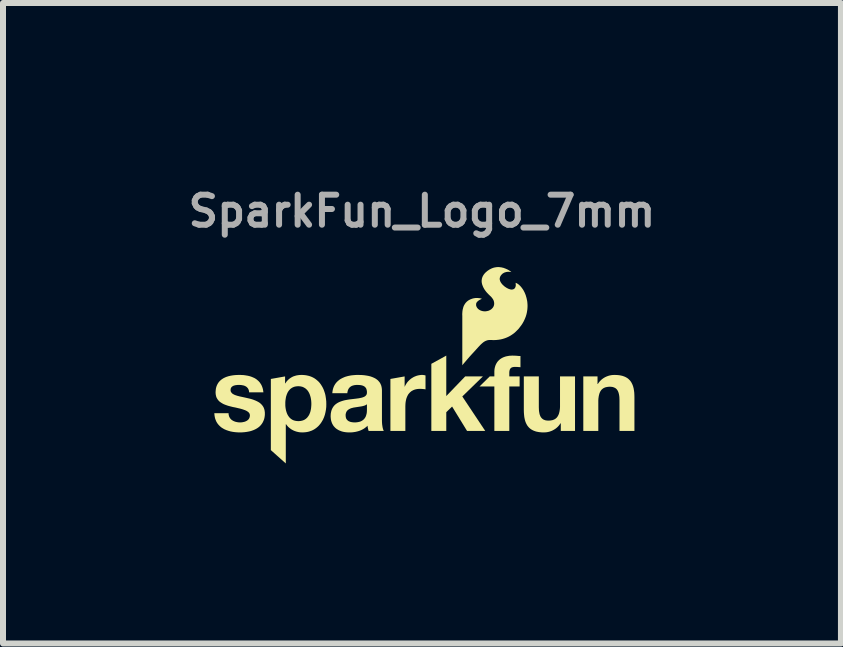
<source format=kicad_pcb>
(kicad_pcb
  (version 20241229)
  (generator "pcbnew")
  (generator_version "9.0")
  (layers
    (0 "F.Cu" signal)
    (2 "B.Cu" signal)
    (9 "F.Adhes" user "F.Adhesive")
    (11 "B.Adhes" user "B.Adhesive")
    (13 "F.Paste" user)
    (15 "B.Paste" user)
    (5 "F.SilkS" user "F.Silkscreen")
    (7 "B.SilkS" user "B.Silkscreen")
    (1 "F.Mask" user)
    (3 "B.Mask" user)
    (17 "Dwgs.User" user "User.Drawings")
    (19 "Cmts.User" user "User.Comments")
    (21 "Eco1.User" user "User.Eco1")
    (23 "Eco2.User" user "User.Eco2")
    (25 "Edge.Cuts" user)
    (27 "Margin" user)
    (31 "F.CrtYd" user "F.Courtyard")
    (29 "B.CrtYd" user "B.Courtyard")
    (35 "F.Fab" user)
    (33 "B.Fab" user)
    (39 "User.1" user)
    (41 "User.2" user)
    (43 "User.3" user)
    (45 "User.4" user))
  (footprint "SparkFun_Logo_7mm"
    (layer "F.Cu")
    (at 3.981 3.643)
    (property "Reference" "SparkFun_Logo_7mm" (at 0 -3.175 0) (layer "F.Fab") (effects (font (size 0.5 0.5) (thickness 0.1))))
    (attr board_only exclude_from_pos_files exclude_from_bom)
    (fp_poly (pts (xy 0.405 -0.094) (xy 0.72 -0.421) (xy 1.015 -0.421) (xy 0.672 -0.087) (xy 1.054 0.487) (xy 0.751 0.487) (xy 0.502 0.081) (xy 0.405 0.175) (xy 0.405 0.487) (xy 0.156 0.487) (xy 0.156 -0.631) (xy 0.405 -0.768)) (stroke (width 0) (type solid)) (fill yes) (layer "F.SilkS"))
    (fp_poly (pts (xy 0.008 -0.446) (xy 0.012 -0.446) (xy 0.015 -0.446) (xy 0.019 -0.445) (xy 0.026 -0.444) (xy 0.033 -0.443) (xy 0.039 -0.442) (xy 0.046 -0.441) (xy 0.053 -0.439) (xy 0.059 -0.437) (xy 0.059 -0.205) (xy 0.05 -0.207) (xy 0.04 -0.209) (xy 0.029 -0.21) (xy 0.017 -0.211) (xy 0.005 -0.212) (xy -0.007 -0.213) (xy -0.019 -0.214) (xy -0.03 -0.214) (xy -0.047 -0.214) (xy -0.064 -0.212) (xy -0.079 -0.211) (xy -0.094 -0.208) (xy -0.108 -0.205) (xy -0.122 -0.201) (xy -0.135 -0.196) (xy -0.147 -0.191) (xy -0.158 -0.185) (xy -0.169 -0.179) (xy -0.18 -0.172) (xy -0.189 -0.164) (xy -0.199 -0.156) (xy -0.207 -0.147) (xy -0.215 -0.138) (xy -0.223 -0.129) (xy -0.23 -0.119) (xy -0.236 -0.108) (xy -0.242 -0.097) (xy -0.247 -0.086) (xy -0.252 -0.074) (xy -0.257 -0.061) (xy -0.261 -0.049) (xy -0.264 -0.036) (xy -0.267 -0.023) (xy -0.27 -0.009) (xy -0.274 0.019) (xy -0.276 0.048) (xy -0.277 0.078) (xy -0.277 0.487) (xy -0.526 0.487) (xy -0.526 -0.379) (xy -0.289 -0.421) (xy -0.289 -0.253) (xy -0.285 -0.253) (xy -0.281 -0.263) (xy -0.276 -0.274) (xy -0.27 -0.284) (xy -0.264 -0.294) (xy -0.258 -0.303) (xy -0.252 -0.313) (xy -0.245 -0.322) (xy -0.238 -0.331) (xy -0.23 -0.34) (xy -0.222 -0.348) (xy -0.214 -0.356) (xy -0.206 -0.364) (xy -0.197 -0.371) (xy -0.188 -0.379) (xy -0.179 -0.386) (xy -0.169 -0.392) (xy -0.16 -0.398) (xy -0.15 -0.404) (xy -0.14 -0.41) (xy -0.129 -0.415) (xy -0.119 -0.42) (xy -0.108 -0.424) (xy -0.098 -0.428) (xy -0.087 -0.432) (xy -0.076 -0.435) (xy -0.064 -0.438) (xy -0.053 -0.44) (xy -0.042 -0.442) (xy -0.03 -0.444) (xy -0.019 -0.445) (xy -0.007 -0.446) (xy 0.005 -0.446)) (stroke (width 0) (type solid)) (fill yes) (layer "F.SilkS"))
    (fp_poly (pts (xy 1.526 -0.767) (xy 1.543 -0.767) (xy 1.56 -0.766) (xy 1.576 -0.765) (xy 1.609 -0.762) (xy 1.625 -0.761) (xy 1.641 -0.761) (xy 1.641 -0.574) (xy 1.63 -0.575) (xy 1.619 -0.577) (xy 1.607 -0.577) (xy 1.596 -0.578) (xy 1.584 -0.579) (xy 1.573 -0.579) (xy 1.561 -0.579) (xy 1.55 -0.58) (xy 1.538 -0.579) (xy 1.532 -0.579) (xy 1.526 -0.578) (xy 1.521 -0.577) (xy 1.516 -0.576) (xy 1.511 -0.575) (xy 1.506 -0.574) (xy 1.502 -0.572) (xy 1.498 -0.571) (xy 1.494 -0.569) (xy 1.49 -0.567) (xy 1.486 -0.564) (xy 1.483 -0.562) (xy 1.48 -0.559) (xy 1.477 -0.556) (xy 1.474 -0.553) (xy 1.472 -0.549) (xy 1.469 -0.546) (xy 1.467 -0.542) (xy 1.465 -0.538) (xy 1.463 -0.533) (xy 1.462 -0.529) (xy 1.46 -0.524) (xy 1.459 -0.519) (xy 1.458 -0.513) (xy 1.457 -0.508) (xy 1.456 -0.502) (xy 1.455 -0.489) (xy 1.455 -0.476) (xy 1.455 -0.421) (xy 1.627 -0.421) (xy 1.627 -0.254) (xy 1.455 -0.254) (xy 1.455 0.487) (xy 1.206 0.487) (xy 1.206 -0.254) (xy 0.959 -0.254) (xy 1.129 -0.421) (xy 1.206 -0.421) (xy 1.206 -0.491) (xy 1.206 -0.507) (xy 1.207 -0.521) (xy 1.208 -0.536) (xy 1.21 -0.55) (xy 1.213 -0.564) (xy 1.216 -0.577) (xy 1.22 -0.59) (xy 1.224 -0.603) (xy 1.229 -0.615) (xy 1.235 -0.627) (xy 1.241 -0.639) (xy 1.248 -0.65) (xy 1.255 -0.661) (xy 1.263 -0.671) (xy 1.272 -0.681) (xy 1.281 -0.69) (xy 1.291 -0.699) (xy 1.301 -0.708) (xy 1.312 -0.715) (xy 1.324 -0.723) (xy 1.336 -0.73) (xy 1.349 -0.736) (xy 1.362 -0.742) (xy 1.376 -0.747) (xy 1.391 -0.752) (xy 1.406 -0.756) (xy 1.422 -0.759) (xy 1.438 -0.762) (xy 1.455 -0.765) (xy 1.473 -0.766) (xy 1.491 -0.767) (xy 1.51 -0.768)) (stroke (width 0) (type solid)) (fill yes) (layer "F.SilkS"))
    (fp_poly (pts (xy 1.947 0.092) (xy 1.948 0.119) (xy 1.949 0.144) (xy 1.952 0.168) (xy 1.956 0.19) (xy 1.96 0.21) (xy 1.967 0.228) (xy 1.97 0.237) (xy 1.974 0.245) (xy 1.978 0.252) (xy 1.983 0.26) (xy 1.988 0.266) (xy 1.993 0.273) (xy 1.999 0.278) (xy 2.005 0.284) (xy 2.011 0.289) (xy 2.018 0.293) (xy 2.025 0.298) (xy 2.032 0.301) (xy 2.04 0.304) (xy 2.048 0.307) (xy 2.057 0.31) (xy 2.066 0.312) (xy 2.076 0.313) (xy 2.086 0.314) (xy 2.096 0.315) (xy 2.107 0.315) (xy 2.119 0.315) (xy 2.131 0.314) (xy 2.143 0.313) (xy 2.154 0.311) (xy 2.165 0.309) (xy 2.175 0.307) (xy 2.185 0.304) (xy 2.194 0.3) (xy 2.203 0.296) (xy 2.212 0.292) (xy 2.22 0.287) (xy 2.228 0.281) (xy 2.235 0.275) (xy 2.242 0.269) (xy 2.248 0.262) (xy 2.254 0.254) (xy 2.26 0.246) (xy 2.265 0.237) (xy 2.27 0.228) (xy 2.275 0.218) (xy 2.279 0.208) (xy 2.283 0.197) (xy 2.286 0.186) (xy 2.289 0.173) (xy 2.292 0.161) (xy 2.294 0.147) (xy 2.296 0.134) (xy 2.298 0.119) (xy 2.299 0.104) (xy 2.3 0.088) (xy 2.3 0.055) (xy 2.3 -0.421) (xy 2.55 -0.421) (xy 2.55 0.487) (xy 2.313 0.487) (xy 2.313 0.361) (xy 2.307 0.361) (xy 2.301 0.37) (xy 2.295 0.38) (xy 2.288 0.388) (xy 2.282 0.397) (xy 2.275 0.405) (xy 2.267 0.413) (xy 2.26 0.421) (xy 2.252 0.428) (xy 2.244 0.435) (xy 2.236 0.442) (xy 2.228 0.448) (xy 2.219 0.454) (xy 2.202 0.465) (xy 2.184 0.475) (xy 2.166 0.484) (xy 2.147 0.491) (xy 2.128 0.498) (xy 2.109 0.503) (xy 2.089 0.507) (xy 2.069 0.51) (xy 2.049 0.511) (xy 2.03 0.512) (xy 2.005 0.512) (xy 1.982 0.51) (xy 1.96 0.508) (xy 1.939 0.505) (xy 1.919 0.501) (xy 1.9 0.497) (xy 1.883 0.491) (xy 1.866 0.485) (xy 1.85 0.478) (xy 1.835 0.47) (xy 1.821 0.462) (xy 1.808 0.453) (xy 1.796 0.443) (xy 1.784 0.432) (xy 1.774 0.421) (xy 1.764 0.409) (xy 1.755 0.397) (xy 1.747 0.383) (xy 1.739 0.369) (xy 1.733 0.355) (xy 1.726 0.34) (xy 1.721 0.324) (xy 1.716 0.308) (xy 1.712 0.291) (xy 1.705 0.256) (xy 1.701 0.218) (xy 1.698 0.179) (xy 1.697 0.138) (xy 1.697 -0.421) (xy 1.947 -0.421)) (stroke (width 0) (type solid)) (fill yes) (layer "F.SilkS"))
    (fp_poly (pts (xy 3.232 -0.445) (xy 3.256 -0.444) (xy 3.278 -0.442) (xy 3.299 -0.439) (xy 3.318 -0.435) (xy 3.337 -0.431) (xy 3.355 -0.425) (xy 3.372 -0.419) (xy 3.388 -0.412) (xy 3.403 -0.404) (xy 3.417 -0.396) (xy 3.43 -0.387) (xy 3.442 -0.377) (xy 3.453 -0.366) (xy 3.464 -0.355) (xy 3.474 -0.343) (xy 3.483 -0.33) (xy 3.491 -0.317) (xy 3.498 -0.303) (xy 3.505 -0.289) (xy 3.511 -0.274) (xy 3.517 -0.258) (xy 3.521 -0.242) (xy 3.526 -0.225) (xy 3.532 -0.19) (xy 3.537 -0.152) (xy 3.539 -0.113) (xy 3.54 -0.072) (xy 3.54 0.487) (xy 3.291 0.487) (xy 3.291 -0.026) (xy 3.29 -0.053) (xy 3.289 -0.078) (xy 3.286 -0.102) (xy 3.282 -0.124) (xy 3.277 -0.144) (xy 3.271 -0.162) (xy 3.267 -0.171) (xy 3.264 -0.179) (xy 3.259 -0.186) (xy 3.255 -0.193) (xy 3.25 -0.2) (xy 3.245 -0.207) (xy 3.239 -0.212) (xy 3.233 -0.218) (xy 3.227 -0.223) (xy 3.22 -0.227) (xy 3.213 -0.231) (xy 3.205 -0.235) (xy 3.197 -0.238) (xy 3.189 -0.241) (xy 3.18 -0.244) (xy 3.171 -0.246) (xy 3.162 -0.247) (xy 3.152 -0.248) (xy 3.141 -0.249) (xy 3.131 -0.249) (xy 3.118 -0.249) (xy 3.106 -0.248) (xy 3.095 -0.247) (xy 3.084 -0.245) (xy 3.073 -0.243) (xy 3.063 -0.241) (xy 3.053 -0.238) (xy 3.043 -0.234) (xy 3.034 -0.23) (xy 3.026 -0.226) (xy 3.018 -0.221) (xy 3.01 -0.215) (xy 3.003 -0.209) (xy 2.996 -0.203) (xy 2.989 -0.196) (xy 2.983 -0.188) (xy 2.978 -0.18) (xy 2.972 -0.171) (xy 2.967 -0.162) (xy 2.963 -0.152) (xy 2.959 -0.142) (xy 2.955 -0.131) (xy 2.952 -0.119) (xy 2.949 -0.107) (xy 2.946 -0.095) (xy 2.944 -0.081) (xy 2.942 -0.067) (xy 2.94 -0.053) (xy 2.939 -0.038) (xy 2.938 -0.022) (xy 2.938 0.011) (xy 2.938 0.487) (xy 2.688 0.487) (xy 2.688 -0.421) (xy 2.925 -0.421) (xy 2.925 -0.295) (xy 2.93 -0.295) (xy 2.936 -0.304) (xy 2.943 -0.314) (xy 2.949 -0.322) (xy 2.956 -0.331) (xy 2.963 -0.339) (xy 2.97 -0.347) (xy 2.978 -0.355) (xy 2.986 -0.362) (xy 2.993 -0.369) (xy 3.001 -0.376) (xy 3.01 -0.382) (xy 3.018 -0.388) (xy 3.035 -0.399) (xy 3.053 -0.409) (xy 3.072 -0.418) (xy 3.09 -0.425) (xy 3.11 -0.432) (xy 3.129 -0.437) (xy 3.149 -0.441) (xy 3.168 -0.444) (xy 3.188 -0.445) (xy 3.208 -0.446)) (stroke (width 0) (type solid)) (fill yes) (layer "F.SilkS"))
    (fp_poly (pts (xy -1.98 -0.445) (xy -1.955 -0.443) (xy -1.931 -0.44) (xy -1.907 -0.435) (xy -1.885 -0.43) (xy -1.863 -0.423) (xy -1.842 -0.415) (xy -1.822 -0.406) (xy -1.803 -0.396) (xy -1.785 -0.385) (xy -1.767 -0.372) (xy -1.751 -0.359) (xy -1.735 -0.345) (xy -1.72 -0.331) (xy -1.706 -0.315) (xy -1.693 -0.298) (xy -1.681 -0.281) (xy -1.67 -0.263) (xy -1.659 -0.245) (xy -1.649 -0.225) (xy -1.64 -0.206) (xy -1.632 -0.185) (xy -1.625 -0.164) (xy -1.618 -0.143) (xy -1.612 -0.121) (xy -1.607 -0.098) (xy -1.6 -0.052) (xy -1.595 -0.005) (xy -1.594 0.043) (xy -1.595 0.088) (xy -1.6 0.133) (xy -1.608 0.176) (xy -1.618 0.218) (xy -1.632 0.259) (xy -1.649 0.298) (xy -1.659 0.316) (xy -1.67 0.334) (xy -1.681 0.352) (xy -1.693 0.368) (xy -1.706 0.384) (xy -1.719 0.399) (xy -1.734 0.414) (xy -1.749 0.427) (xy -1.765 0.44) (xy -1.782 0.452) (xy -1.799 0.463) (xy -1.818 0.473) (xy -1.837 0.482) (xy -1.857 0.489) (xy -1.877 0.496) (xy -1.899 0.502) (xy -1.921 0.506) (xy -1.944 0.509) (xy -1.968 0.511) (xy -1.993 0.512) (xy -2.013 0.511) (xy -2.034 0.51) (xy -2.054 0.507) (xy -2.073 0.503) (xy -2.093 0.498) (xy -2.111 0.492) (xy -2.13 0.485) (xy -2.147 0.477) (xy -2.164 0.468) (xy -2.181 0.458) (xy -2.197 0.446) (xy -2.212 0.434) (xy -2.227 0.421) (xy -2.24 0.407) (xy -2.253 0.391) (xy -2.265 0.375) (xy -2.269 0.375) (xy -2.269 1.029) (xy -2.518 0.807) (xy -2.518 0.036) (xy -2.277 0.036) (xy -2.277 0.063) (xy -2.275 0.09) (xy -2.271 0.117) (xy -2.266 0.143) (xy -2.259 0.168) (xy -2.251 0.192) (xy -2.241 0.214) (xy -2.235 0.225) (xy -2.229 0.235) (xy -2.222 0.245) (xy -2.215 0.254) (xy -2.208 0.263) (xy -2.199 0.272) (xy -2.191 0.279) (xy -2.182 0.287) (xy -2.172 0.293) (xy -2.162 0.3) (xy -2.151 0.305) (xy -2.14 0.31) (xy -2.128 0.314) (xy -2.115 0.317) (xy -2.102 0.32) (xy -2.089 0.322) (xy -2.074 0.323) (xy -2.059 0.324) (xy -2.044 0.323) (xy -2.03 0.322) (xy -2.016 0.32) (xy -2.003 0.317) (xy -1.991 0.314) (xy -1.979 0.31) (xy -1.967 0.305) (xy -1.957 0.3) (xy -1.946 0.293) (xy -1.937 0.287) (xy -1.928 0.279) (xy -1.919 0.272) (xy -1.911 0.263) (xy -1.904 0.254) (xy -1.897 0.245) (xy -1.89 0.235) (xy -1.884 0.225) (xy -1.878 0.214) (xy -1.873 0.203) (xy -1.869 0.192) (xy -1.864 0.18) (xy -1.86 0.168) (xy -1.857 0.156) (xy -1.854 0.143) (xy -1.849 0.117) (xy -1.846 0.09) (xy -1.844 0.063) (xy -1.843 0.036) (xy -1.844 0.008) (xy -1.846 -0.019) (xy -1.85 -0.046) (xy -1.855 -0.072) (xy -1.862 -0.097) (xy -1.87 -0.121) (xy -1.88 -0.144) (xy -1.886 -0.155) (xy -1.892 -0.166) (xy -1.899 -0.176) (xy -1.906 -0.186) (xy -1.914 -0.195) (xy -1.922 -0.203) (xy -1.931 -0.212) (xy -1.94 -0.219) (xy -1.949 -0.226) (xy -1.96 -0.232) (xy -1.97 -0.238) (xy -1.982 -0.243) (xy -1.993 -0.248) (xy -2.006 -0.251) (xy -2.019 -0.254) (xy -2.032 -0.256) (xy -2.046 -0.257) (xy -2.061 -0.258) (xy -2.076 -0.257) (xy -2.09 -0.256) (xy -2.104 -0.254) (xy -2.117 -0.251) (xy -2.13 -0.248) (xy -2.142 -0.243) (xy -2.153 -0.238) (xy -2.164 -0.233) (xy -2.174 -0.226) (xy -2.184 -0.219) (xy -2.193 -0.212) (xy -2.201 -0.204) (xy -2.209 -0.195) (xy -2.217 -0.186) (xy -2.224 -0.176) (xy -2.231 -0.166) (xy -2.237 -0.156) (xy -2.242 -0.145) (xy -2.247 -0.134) (xy -2.252 -0.122) (xy -2.256 -0.11) (xy -2.26 -0.098) (xy -2.264 -0.085) (xy -2.267 -0.072) (xy -2.271 -0.046) (xy -2.275 -0.019) (xy -2.277 0.008) (xy -2.277 0.036) (xy -2.518 0.036) (xy -2.518 -0.379) (xy -2.281 -0.421) (xy -2.281 -0.305) (xy -2.277 -0.305) (xy -2.271 -0.314) (xy -2.265 -0.323) (xy -2.259 -0.332) (xy -2.253 -0.34) (xy -2.246 -0.347) (xy -2.239 -0.355) (xy -2.232 -0.362) (xy -2.225 -0.369) (xy -2.217 -0.375) (xy -2.21 -0.382) (xy -2.202 -0.387) (xy -2.194 -0.393) (xy -2.186 -0.398) (xy -2.178 -0.403) (xy -2.17 -0.408) (xy -2.161 -0.413) (xy -2.152 -0.417) (xy -2.144 -0.421) (xy -2.126 -0.427) (xy -2.107 -0.433) (xy -2.088 -0.438) (xy -2.068 -0.441) (xy -2.048 -0.444) (xy -2.028 -0.445) (xy -2.007 -0.446)) (stroke (width 0) (type solid)) (fill yes) (layer "F.SilkS"))
    (fp_poly (pts (xy -1.032 -0.445) (xy -0.997 -0.444) (xy -0.963 -0.441) (xy -0.928 -0.436) (xy -0.894 -0.43) (xy -0.861 -0.422) (xy -0.829 -0.411) (xy -0.799 -0.398) (xy -0.785 -0.391) (xy -0.771 -0.383) (xy -0.758 -0.374) (xy -0.746 -0.365) (xy -0.734 -0.355) (xy -0.724 -0.344) (xy -0.714 -0.332) (xy -0.704 -0.32) (xy -0.696 -0.307) (xy -0.689 -0.292) (xy -0.682 -0.277) (xy -0.677 -0.261) (xy -0.673 -0.244) (xy -0.67 -0.226) (xy -0.668 -0.208) (xy -0.667 -0.188) (xy -0.667 0.285) (xy -0.667 0.316) (xy -0.666 0.347) (xy -0.664 0.376) (xy -0.66 0.404) (xy -0.658 0.417) (xy -0.656 0.429) (xy -0.653 0.441) (xy -0.65 0.452) (xy -0.647 0.462) (xy -0.644 0.472) (xy -0.64 0.48) (xy -0.636 0.487) (xy -0.889 0.487) (xy -0.892 0.477) (xy -0.895 0.466) (xy -0.898 0.455) (xy -0.9 0.444) (xy -0.903 0.433) (xy -0.904 0.422) (xy -0.906 0.411) (xy -0.907 0.4) (xy -0.922 0.415) (xy -0.938 0.428) (xy -0.955 0.441) (xy -0.972 0.452) (xy -0.99 0.462) (xy -1.008 0.471) (xy -1.028 0.48) (xy -1.047 0.487) (xy -1.067 0.493) (xy -1.087 0.498) (xy -1.108 0.503) (xy -1.128 0.506) (xy -1.149 0.509) (xy -1.17 0.511) (xy -1.191 0.512) (xy -1.213 0.512) (xy -1.245 0.511) (xy -1.276 0.508) (xy -1.306 0.503) (xy -1.334 0.496) (xy -1.348 0.491) (xy -1.361 0.486) (xy -1.374 0.481) (xy -1.387 0.475) (xy -1.399 0.468) (xy -1.411 0.461) (xy -1.422 0.454) (xy -1.432 0.446) (xy -1.443 0.437) (xy -1.452 0.428) (xy -1.461 0.418) (xy -1.47 0.408) (xy -1.478 0.397) (xy -1.485 0.385) (xy -1.492 0.373) (xy -1.498 0.361) (xy -1.503 0.348) (xy -1.508 0.334) (xy -1.512 0.32) (xy -1.516 0.305) (xy -1.518 0.289) (xy -1.52 0.273) (xy -1.521 0.257) (xy -1.522 0.239) (xy -1.521 0.229) (xy -1.272 0.229) (xy -1.272 0.237) (xy -1.271 0.245) (xy -1.27 0.253) (xy -1.269 0.26) (xy -1.267 0.267) (xy -1.265 0.274) (xy -1.263 0.28) (xy -1.26 0.286) (xy -1.257 0.291) (xy -1.253 0.296) (xy -1.249 0.301) (xy -1.245 0.306) (xy -1.241 0.31) (xy -1.236 0.314) (xy -1.231 0.318) (xy -1.226 0.321) (xy -1.221 0.325) (xy -1.215 0.327) (xy -1.209 0.33) (xy -1.203 0.332) (xy -1.197 0.335) (xy -1.191 0.337) (xy -1.184 0.338) (xy -1.177 0.34) (xy -1.163 0.342) (xy -1.149 0.344) (xy -1.134 0.345) (xy -1.119 0.345) (xy -1.101 0.345) (xy -1.085 0.343) (xy -1.069 0.341) (xy -1.055 0.338) (xy -1.041 0.335) (xy -1.028 0.331) (xy -1.016 0.326) (xy -1.005 0.32) (xy -0.995 0.314) (xy -0.986 0.308) (xy -0.977 0.301) (xy -0.97 0.294) (xy -0.962 0.286) (xy -0.956 0.278) (xy -0.95 0.27) (xy -0.945 0.262) (xy -0.94 0.253) (xy -0.936 0.244) (xy -0.933 0.236) (xy -0.93 0.227) (xy -0.925 0.209) (xy -0.921 0.192) (xy -0.919 0.176) (xy -0.918 0.161) (xy -0.917 0.136) (xy -0.917 0.043) (xy -0.921 0.046) (xy -0.926 0.049) (xy -0.93 0.052) (xy -0.935 0.055) (xy -0.945 0.06) (xy -0.957 0.065) (xy -0.968 0.068) (xy -0.981 0.072) (xy -0.994 0.075) (xy -1.008 0.078) (xy -1.125 0.096) (xy -1.139 0.098) (xy -1.153 0.102) (xy -1.167 0.105) (xy -1.18 0.109) (xy -1.193 0.114) (xy -1.205 0.12) (xy -1.217 0.126) (xy -1.222 0.13) (xy -1.227 0.133) (xy -1.232 0.137) (xy -1.237 0.141) (xy -1.242 0.146) (xy -1.246 0.15) (xy -1.25 0.155) (xy -1.254 0.16) (xy -1.257 0.166) (xy -1.26 0.172) (xy -1.263 0.178) (xy -1.265 0.184) (xy -1.267 0.191) (xy -1.269 0.198) (xy -1.271 0.205) (xy -1.272 0.213) (xy -1.272 0.221) (xy -1.272 0.229) (xy -1.521 0.229) (xy -1.52 0.203) (xy -1.514 0.169) (xy -1.506 0.139) (xy -1.494 0.112) (xy -1.48 0.088) (xy -1.464 0.067) (xy -1.445 0.048) (xy -1.424 0.032) (xy -1.402 0.018) (xy -1.378 0.006) (xy -1.353 -0.004) (xy -1.326 -0.013) (xy -1.299 -0.021) (xy -1.271 -0.027) (xy -1.214 -0.037) (xy -1.103 -0.05) (xy -1.052 -0.057) (xy -1.007 -0.066) (xy -0.987 -0.072) (xy -0.969 -0.079) (xy -0.953 -0.087) (xy -0.94 -0.097) (xy -0.93 -0.109) (xy -0.922 -0.122) (xy -0.918 -0.138) (xy -0.917 -0.156) (xy -0.917 -0.165) (xy -0.918 -0.175) (xy -0.919 -0.183) (xy -0.921 -0.191) (xy -0.922 -0.199) (xy -0.925 -0.206) (xy -0.927 -0.213) (xy -0.93 -0.22) (xy -0.933 -0.226) (xy -0.937 -0.231) (xy -0.941 -0.236) (xy -0.945 -0.241) (xy -0.95 -0.246) (xy -0.955 -0.25) (xy -0.96 -0.254) (xy -0.965 -0.257) (xy -0.971 -0.26) (xy -0.977 -0.263) (xy -0.983 -0.266) (xy -0.989 -0.268) (xy -0.996 -0.27) (xy -1.002 -0.272) (xy -1.009 -0.273) (xy -1.017 -0.275) (xy -1.031 -0.277) (xy -1.047 -0.278) (xy -1.063 -0.279) (xy -1.079 -0.279) (xy -1.097 -0.279) (xy -1.113 -0.277) (xy -1.129 -0.275) (xy -1.144 -0.271) (xy -1.151 -0.269) (xy -1.158 -0.267) (xy -1.165 -0.264) (xy -1.171 -0.262) (xy -1.177 -0.258) (xy -1.183 -0.255) (xy -1.189 -0.251) (xy -1.194 -0.247) (xy -1.2 -0.243) (xy -1.204 -0.238) (xy -1.209 -0.234) (xy -1.213 -0.228) (xy -1.218 -0.223) (xy -1.221 -0.217) (xy -1.225 -0.211) (xy -1.228 -0.205) (xy -1.231 -0.198) (xy -1.234 -0.191) (xy -1.236 -0.184) (xy -1.238 -0.176) (xy -1.24 -0.168) (xy -1.242 -0.16) (xy -1.243 -0.151) (xy -1.244 -0.142) (xy -1.494 -0.142) (xy -1.492 -0.163) (xy -1.489 -0.183) (xy -1.485 -0.203) (xy -1.48 -0.221) (xy -1.474 -0.239) (xy -1.467 -0.256) (xy -1.459 -0.272) (xy -1.45 -0.287) (xy -1.44 -0.302) (xy -1.43 -0.315) (xy -1.418 -0.328) (xy -1.406 -0.34) (xy -1.393 -0.351) (xy -1.38 -0.362) (xy -1.366 -0.372) (xy -1.351 -0.381) (xy -1.336 -0.389) (xy -1.32 -0.397) (xy -1.304 -0.404) (xy -1.288 -0.411) (xy -1.271 -0.417) (xy -1.253 -0.422) (xy -1.235 -0.427) (xy -1.217 -0.431) (xy -1.181 -0.438) (xy -1.143 -0.442) (xy -1.105 -0.445) (xy -1.067 -0.446)) (stroke (width 0) (type solid)) (fill yes) (layer "F.SilkS"))
    (fp_poly (pts (xy -3.007 -0.445) (xy -2.97 -0.443) (xy -2.935 -0.438) (xy -2.9 -0.432) (xy -2.867 -0.424) (xy -2.835 -0.413) (xy -2.805 -0.4) (xy -2.79 -0.393) (xy -2.776 -0.385) (xy -2.763 -0.376) (xy -2.75 -0.367) (xy -2.738 -0.356) (xy -2.726 -0.346) (xy -2.715 -0.334) (xy -2.704 -0.322) (xy -2.695 -0.309) (xy -2.686 -0.295) (xy -2.677 -0.281) (xy -2.67 -0.266) (xy -2.663 -0.249) (xy -2.657 -0.232) (xy -2.652 -0.215) (xy -2.648 -0.196) (xy -2.645 -0.176) (xy -2.642 -0.156) (xy -2.88 -0.156) (xy -2.881 -0.165) (xy -2.882 -0.173) (xy -2.883 -0.181) (xy -2.885 -0.189) (xy -2.888 -0.196) (xy -2.89 -0.203) (xy -2.893 -0.21) (xy -2.897 -0.216) (xy -2.9 -0.222) (xy -2.904 -0.227) (xy -2.909 -0.232) (xy -2.913 -0.237) (xy -2.918 -0.242) (xy -2.923 -0.246) (xy -2.928 -0.25) (xy -2.934 -0.254) (xy -2.94 -0.257) (xy -2.946 -0.26) (xy -2.952 -0.263) (xy -2.959 -0.266) (xy -2.966 -0.268) (xy -2.972 -0.27) (xy -2.98 -0.272) (xy -2.987 -0.273) (xy -3.002 -0.276) (xy -3.018 -0.278) (xy -3.034 -0.279) (xy -3.05 -0.279) (xy -3.061 -0.279) (xy -3.072 -0.279) (xy -3.084 -0.278) (xy -3.096 -0.276) (xy -3.107 -0.275) (xy -3.119 -0.272) (xy -3.13 -0.269) (xy -3.141 -0.265) (xy -3.146 -0.263) (xy -3.151 -0.26) (xy -3.156 -0.257) (xy -3.16 -0.254) (xy -3.164 -0.251) (xy -3.168 -0.248) (xy -3.172 -0.244) (xy -3.175 -0.24) (xy -3.179 -0.235) (xy -3.181 -0.23) (xy -3.184 -0.225) (xy -3.186 -0.22) (xy -3.187 -0.214) (xy -3.188 -0.208) (xy -3.189 -0.201) (xy -3.189 -0.194) (xy -3.189 -0.186) (xy -3.188 -0.179) (xy -3.186 -0.171) (xy -3.183 -0.164) (xy -3.179 -0.158) (xy -3.175 -0.152) (xy -3.17 -0.146) (xy -3.165 -0.14) (xy -3.159 -0.135) (xy -3.152 -0.13) (xy -3.145 -0.126) (xy -3.137 -0.121) (xy -3.128 -0.117) (xy -3.12 -0.113) (xy -3.11 -0.109) (xy -3.1 -0.106) (xy -3.08 -0.099) (xy -3.057 -0.093) (xy -3.034 -0.087) (xy -3.01 -0.082) (xy -2.959 -0.071) (xy -2.932 -0.065) (xy -2.906 -0.059) (xy -2.879 -0.053) (xy -2.852 -0.046) (xy -2.825 -0.038) (xy -2.8 -0.029) (xy -2.775 -0.019) (xy -2.751 -0.008) (xy -2.728 0.004) (xy -2.707 0.017) (xy -2.697 0.025) (xy -2.688 0.033) (xy -2.679 0.041) (xy -2.671 0.05) (xy -2.663 0.059) (xy -2.655 0.069) (xy -2.649 0.079) (xy -2.642 0.089) (xy -2.637 0.101) (xy -2.632 0.112) (xy -2.628 0.125) (xy -2.624 0.138) (xy -2.622 0.151) (xy -2.62 0.165) (xy -2.618 0.18) (xy -2.618 0.196) (xy -2.618 0.218) (xy -2.62 0.239) (xy -2.623 0.259) (xy -2.627 0.278) (xy -2.632 0.296) (xy -2.639 0.314) (xy -2.646 0.33) (xy -2.654 0.346) (xy -2.663 0.361) (xy -2.673 0.375) (xy -2.683 0.388) (xy -2.695 0.401) (xy -2.707 0.413) (xy -2.72 0.424) (xy -2.734 0.434) (xy -2.748 0.444) (xy -2.763 0.452) (xy -2.779 0.461) (xy -2.795 0.468) (xy -2.811 0.475) (xy -2.828 0.481) (xy -2.845 0.487) (xy -2.863 0.492) (xy -2.881 0.496) (xy -2.918 0.503) (xy -2.956 0.508) (xy -2.994 0.511) (xy -3.033 0.512) (xy -3.072 0.511) (xy -3.111 0.508) (xy -3.15 0.503) (xy -3.187 0.496) (xy -3.223 0.486) (xy -3.258 0.474) (xy -3.291 0.46) (xy -3.307 0.451) (xy -3.322 0.442) (xy -3.337 0.433) (xy -3.351 0.422) (xy -3.364 0.411) (xy -3.376 0.399) (xy -3.388 0.387) (xy -3.399 0.373) (xy -3.41 0.359) (xy -3.419 0.344) (xy -3.428 0.328) (xy -3.435 0.311) (xy -3.442 0.293) (xy -3.448 0.275) (xy -3.452 0.256) (xy -3.456 0.235) (xy -3.458 0.214) (xy -3.46 0.192) (xy -3.223 0.192) (xy -3.222 0.202) (xy -3.222 0.211) (xy -3.22 0.221) (xy -3.218 0.229) (xy -3.216 0.238) (xy -3.213 0.246) (xy -3.21 0.254) (xy -3.206 0.261) (xy -3.202 0.268) (xy -3.198 0.275) (xy -3.193 0.281) (xy -3.187 0.288) (xy -3.182 0.293) (xy -3.176 0.299) (xy -3.17 0.304) (xy -3.163 0.309) (xy -3.156 0.313) (xy -3.149 0.317) (xy -3.142 0.321) (xy -3.134 0.325) (xy -3.126 0.328) (xy -3.118 0.331) (xy -3.11 0.334) (xy -3.102 0.336) (xy -3.093 0.338) (xy -3.085 0.34) (xy -3.067 0.343) (xy -3.049 0.345) (xy -3.031 0.345) (xy -3.018 0.345) (xy -3.004 0.344) (xy -2.99 0.342) (xy -2.976 0.339) (xy -2.962 0.336) (xy -2.948 0.332) (xy -2.935 0.326) (xy -2.923 0.32) (xy -2.917 0.317) (xy -2.911 0.313) (xy -2.906 0.309) (xy -2.901 0.304) (xy -2.896 0.3) (xy -2.891 0.295) (xy -2.887 0.29) (xy -2.883 0.284) (xy -2.88 0.279) (xy -2.877 0.272) (xy -2.874 0.266) (xy -2.872 0.259) (xy -2.87 0.252) (xy -2.869 0.245) (xy -2.868 0.237) (xy -2.867 0.229) (xy -2.868 0.222) (xy -2.869 0.216) (xy -2.87 0.209) (xy -2.872 0.203) (xy -2.875 0.197) (xy -2.878 0.191) (xy -2.882 0.186) (xy -2.887 0.18) (xy -2.892 0.175) (xy -2.897 0.17) (xy -2.904 0.166) (xy -2.91 0.161) (xy -2.917 0.157) (xy -2.925 0.152) (xy -2.934 0.148) (xy -2.942 0.144) (xy -2.952 0.14) (xy -2.962 0.137) (xy -2.972 0.133) (xy -2.983 0.129) (xy -3.006 0.122) (xy -3.031 0.115) (xy -3.058 0.109) (xy -3.087 0.102) (xy -3.118 0.095) (xy -3.15 0.089) (xy -3.205 0.075) (xy -3.231 0.068) (xy -3.257 0.059) (xy -3.282 0.05) (xy -3.306 0.04) (xy -3.328 0.028) (xy -3.349 0.015) (xy -3.359 0.008) (xy -3.369 0.001) (xy -3.378 -0.007) (xy -3.386 -0.015) (xy -3.394 -0.024) (xy -3.401 -0.033) (xy -3.408 -0.043) (xy -3.414 -0.053) (xy -3.42 -0.063) (xy -3.425 -0.075) (xy -3.429 -0.086) (xy -3.432 -0.099) (xy -3.435 -0.112) (xy -3.437 -0.125) (xy -3.438 -0.139) (xy -3.439 -0.154) (xy -3.438 -0.175) (xy -3.436 -0.196) (xy -3.434 -0.215) (xy -3.43 -0.233) (xy -3.425 -0.251) (xy -3.419 -0.267) (xy -3.412 -0.283) (xy -3.404 -0.298) (xy -3.396 -0.311) (xy -3.386 -0.325) (xy -3.376 -0.337) (xy -3.365 -0.348) (xy -3.353 -0.359) (xy -3.341 -0.369) (xy -3.328 -0.378) (xy -3.314 -0.387) (xy -3.3 -0.395) (xy -3.285 -0.402) (xy -3.27 -0.409) (xy -3.254 -0.415) (xy -3.238 -0.42) (xy -3.222 -0.425) (xy -3.205 -0.429) (xy -3.187 -0.433) (xy -3.152 -0.439) (xy -3.116 -0.443) (xy -3.08 -0.445) (xy -3.043 -0.446)) (stroke (width 0) (type solid)) (fill yes) (layer "F.SilkS"))
    (fp_poly (pts (xy 1.282 -2.243) (xy 1.298 -2.241) (xy 1.313 -2.239) (xy 1.329 -2.237) (xy 1.343 -2.233) (xy 1.358 -2.23) (xy 1.371 -2.225) (xy 1.385 -2.22) (xy 1.397 -2.215) (xy 1.409 -2.21) (xy 1.42 -2.205) (xy 1.441 -2.194) (xy 1.458 -2.183) (xy 1.472 -2.174) (xy 1.482 -2.166) (xy 1.49 -2.159) (xy 1.486 -2.16) (xy 1.473 -2.162) (xy 1.465 -2.163) (xy 1.455 -2.164) (xy 1.444 -2.164) (xy 1.431 -2.164) (xy 1.419 -2.163) (xy 1.405 -2.161) (xy 1.392 -2.157) (xy 1.385 -2.155) (xy 1.378 -2.153) (xy 1.371 -2.15) (xy 1.365 -2.147) (xy 1.358 -2.143) (xy 1.352 -2.139) (xy 1.345 -2.135) (xy 1.339 -2.13) (xy 1.333 -2.124) (xy 1.327 -2.118) (xy 1.32 -2.11) (xy 1.314 -2.102) (xy 1.308 -2.093) (xy 1.304 -2.084) (xy 1.302 -2.08) (xy 1.3 -2.075) (xy 1.299 -2.071) (xy 1.298 -2.066) (xy 1.297 -2.062) (xy 1.296 -2.057) (xy 1.295 -2.052) (xy 1.295 -2.048) (xy 1.295 -2.043) (xy 1.296 -2.038) (xy 1.296 -2.033) (xy 1.297 -2.028) (xy 1.299 -2.023) (xy 1.3 -2.018) (xy 1.302 -2.012) (xy 1.304 -2.007) (xy 1.306 -2.002) (xy 1.309 -1.996) (xy 1.312 -1.991) (xy 1.315 -1.985) (xy 1.319 -1.98) (xy 1.323 -1.974) (xy 1.332 -1.962) (xy 1.34 -1.953) (xy 1.35 -1.943) (xy 1.36 -1.934) (xy 1.37 -1.925) (xy 1.381 -1.916) (xy 1.393 -1.908) (xy 1.405 -1.9) (xy 1.417 -1.893) (xy 1.429 -1.887) (xy 1.441 -1.881) (xy 1.453 -1.877) (xy 1.465 -1.873) (xy 1.477 -1.87) (xy 1.482 -1.869) (xy 1.488 -1.869) (xy 1.493 -1.868) (xy 1.499 -1.868) (xy 1.504 -1.869) (xy 1.509 -1.87) (xy 1.515 -1.871) (xy 1.521 -1.873) (xy 1.527 -1.875) (xy 1.532 -1.878) (xy 1.537 -1.881) (xy 1.541 -1.885) (xy 1.544 -1.889) (xy 1.548 -1.893) (xy 1.551 -1.897) (xy 1.553 -1.901) (xy 1.555 -1.906) (xy 1.557 -1.911) (xy 1.559 -1.916) (xy 1.56 -1.921) (xy 1.561 -1.925) (xy 1.562 -1.93) (xy 1.563 -1.94) (xy 1.563 -1.949) (xy 1.562 -1.958) (xy 1.562 -1.966) (xy 1.561 -1.972) (xy 1.56 -1.977) (xy 1.559 -1.981) (xy 1.573 -1.976) (xy 1.587 -1.969) (xy 1.6 -1.96) (xy 1.614 -1.95) (xy 1.64 -1.925) (xy 1.665 -1.895) (xy 1.689 -1.86) (xy 1.71 -1.82) (xy 1.728 -1.776) (xy 1.742 -1.728) (xy 1.753 -1.677) (xy 1.756 -1.651) (xy 1.758 -1.624) (xy 1.759 -1.596) (xy 1.758 -1.568) (xy 1.756 -1.54) (xy 1.752 -1.511) (xy 1.747 -1.482) (xy 1.74 -1.453) (xy 1.731 -1.423) (xy 1.72 -1.394) (xy 1.707 -1.364) (xy 1.693 -1.335) (xy 1.676 -1.305) (xy 1.657 -1.276) (xy 1.635 -1.247) (xy 1.613 -1.218) (xy 1.588 -1.192) (xy 1.563 -1.167) (xy 1.537 -1.144) (xy 1.509 -1.123) (xy 1.479 -1.103) (xy 1.449 -1.086) (xy 1.417 -1.071) (xy 1.384 -1.058) (xy 1.349 -1.047) (xy 1.313 -1.038) (xy 1.275 -1.032) (xy 1.237 -1.028) (xy 1.196 -1.026) (xy 1.154 -1.028) (xy 1.143 -1.028) (xy 1.133 -1.028) (xy 1.122 -1.028) (xy 1.112 -1.027) (xy 1.103 -1.026) (xy 1.093 -1.024) (xy 1.084 -1.021) (xy 1.075 -1.018) (xy 1.066 -1.015) (xy 1.058 -1.011) (xy 1.049 -1.007) (xy 1.041 -1.002) (xy 1.024 -0.991) (xy 1.008 -0.978) (xy 0.992 -0.964) (xy 0.976 -0.949) (xy 0.959 -0.931) (xy 0.942 -0.913) (xy 0.864 -0.827) (xy 0.826 -0.786) (xy 0.79 -0.746) (xy 0.758 -0.709) (xy 0.729 -0.675) (xy 0.705 -0.647) (xy 0.687 -0.626) (xy 0.672 -0.607) (xy 0.672 -1.43) (xy 0.671 -1.447) (xy 0.671 -1.462) (xy 0.672 -1.478) (xy 0.673 -1.492) (xy 0.674 -1.506) (xy 0.676 -1.52) (xy 0.678 -1.532) (xy 0.681 -1.545) (xy 0.684 -1.556) (xy 0.687 -1.568) (xy 0.69 -1.579) (xy 0.694 -1.589) (xy 0.698 -1.599) (xy 0.703 -1.608) (xy 0.708 -1.617) (xy 0.713 -1.625) (xy 0.718 -1.633) (xy 0.724 -1.641) (xy 0.729 -1.648) (xy 0.736 -1.655) (xy 0.742 -1.661) (xy 0.748 -1.668) (xy 0.755 -1.673) (xy 0.762 -1.679) (xy 0.769 -1.684) (xy 0.776 -1.689) (xy 0.784 -1.693) (xy 0.791 -1.697) (xy 0.807 -1.705) (xy 0.822 -1.711) (xy 0.831 -1.714) (xy 0.84 -1.717) (xy 0.849 -1.72) (xy 0.857 -1.722) (xy 0.866 -1.723) (xy 0.874 -1.725) (xy 0.882 -1.726) (xy 0.89 -1.727) (xy 0.898 -1.728) (xy 0.906 -1.728) (xy 0.913 -1.728) (xy 0.92 -1.728) (xy 0.927 -1.728) (xy 0.934 -1.727) (xy 0.947 -1.726) (xy 0.958 -1.725) (xy 0.968 -1.723) (xy 0.977 -1.721) (xy 0.985 -1.719) (xy 0.991 -1.717) (xy 0.995 -1.716) (xy 0.999 -1.714) (xy 0.988 -1.71) (xy 0.976 -1.704) (xy 0.969 -1.7) (xy 0.961 -1.696) (xy 0.954 -1.692) (xy 0.946 -1.687) (xy 0.938 -1.681) (xy 0.931 -1.675) (xy 0.924 -1.669) (xy 0.921 -1.666) (xy 0.918 -1.662) (xy 0.915 -1.659) (xy 0.912 -1.655) (xy 0.91 -1.651) (xy 0.908 -1.647) (xy 0.906 -1.643) (xy 0.904 -1.638) (xy 0.903 -1.633) (xy 0.902 -1.628) (xy 0.902 -1.623) (xy 0.902 -1.617) (xy 0.902 -1.612) (xy 0.902 -1.607) (xy 0.903 -1.601) (xy 0.904 -1.596) (xy 0.906 -1.59) (xy 0.908 -1.585) (xy 0.911 -1.58) (xy 0.913 -1.574) (xy 0.916 -1.569) (xy 0.92 -1.564) (xy 0.924 -1.559) (xy 0.928 -1.554) (xy 0.932 -1.549) (xy 0.937 -1.544) (xy 0.943 -1.54) (xy 0.948 -1.536) (xy 0.954 -1.532) (xy 0.96 -1.528) (xy 0.967 -1.524) (xy 0.974 -1.521) (xy 0.981 -1.518) (xy 0.989 -1.515) (xy 0.997 -1.513) (xy 1.005 -1.51) (xy 1.014 -1.509) (xy 1.023 -1.507) (xy 1.036 -1.506) (xy 1.05 -1.506) (xy 1.063 -1.506) (xy 1.075 -1.508) (xy 1.087 -1.51) (xy 1.099 -1.513) (xy 1.111 -1.516) (xy 1.122 -1.521) (xy 1.132 -1.526) (xy 1.142 -1.532) (xy 1.152 -1.538) (xy 1.16 -1.545) (xy 1.168 -1.553) (xy 1.176 -1.561) (xy 1.182 -1.569) (xy 1.188 -1.578) (xy 1.193 -1.588) (xy 1.197 -1.598) (xy 1.2 -1.608) (xy 1.202 -1.619) (xy 1.203 -1.63) (xy 1.203 -1.641) (xy 1.202 -1.652) (xy 1.2 -1.664) (xy 1.197 -1.676) (xy 1.193 -1.688) (xy 1.187 -1.7) (xy 1.18 -1.712) (xy 1.171 -1.724) (xy 1.162 -1.736) (xy 1.151 -1.749) (xy 1.138 -1.761) (xy 1.11 -1.788) (xy 1.084 -1.815) (xy 1.072 -1.829) (xy 1.061 -1.843) (xy 1.051 -1.857) (xy 1.041 -1.871) (xy 1.033 -1.885) (xy 1.025 -1.899) (xy 1.018 -1.914) (xy 1.012 -1.928) (xy 1.007 -1.942) (xy 1.002 -1.956) (xy 0.999 -1.97) (xy 0.996 -1.984) (xy 0.995 -1.997) (xy 0.994 -2.011) (xy 0.995 -2.025) (xy 0.997 -2.038) (xy 0.999 -2.052) (xy 1.003 -2.065) (xy 1.008 -2.079) (xy 1.014 -2.092) (xy 1.021 -2.104) (xy 1.029 -2.117) (xy 1.039 -2.13) (xy 1.049 -2.142) (xy 1.061 -2.154) (xy 1.075 -2.166) (xy 1.089 -2.178) (xy 1.105 -2.189) (xy 1.123 -2.201) (xy 1.142 -2.211) (xy 1.16 -2.22) (xy 1.178 -2.227) (xy 1.196 -2.233) (xy 1.214 -2.237) (xy 1.231 -2.24) (xy 1.248 -2.242) (xy 1.265 -2.243)) (stroke (width 0) (type solid)) (fill yes) (layer "F.SilkS")))
  (gr_rect
    (start -3 -3)
    (end 10.962 7.672)
    (stroke (width 0.1) (type default))
    (fill no)
    (layer "Edge.Cuts")))
</source>
